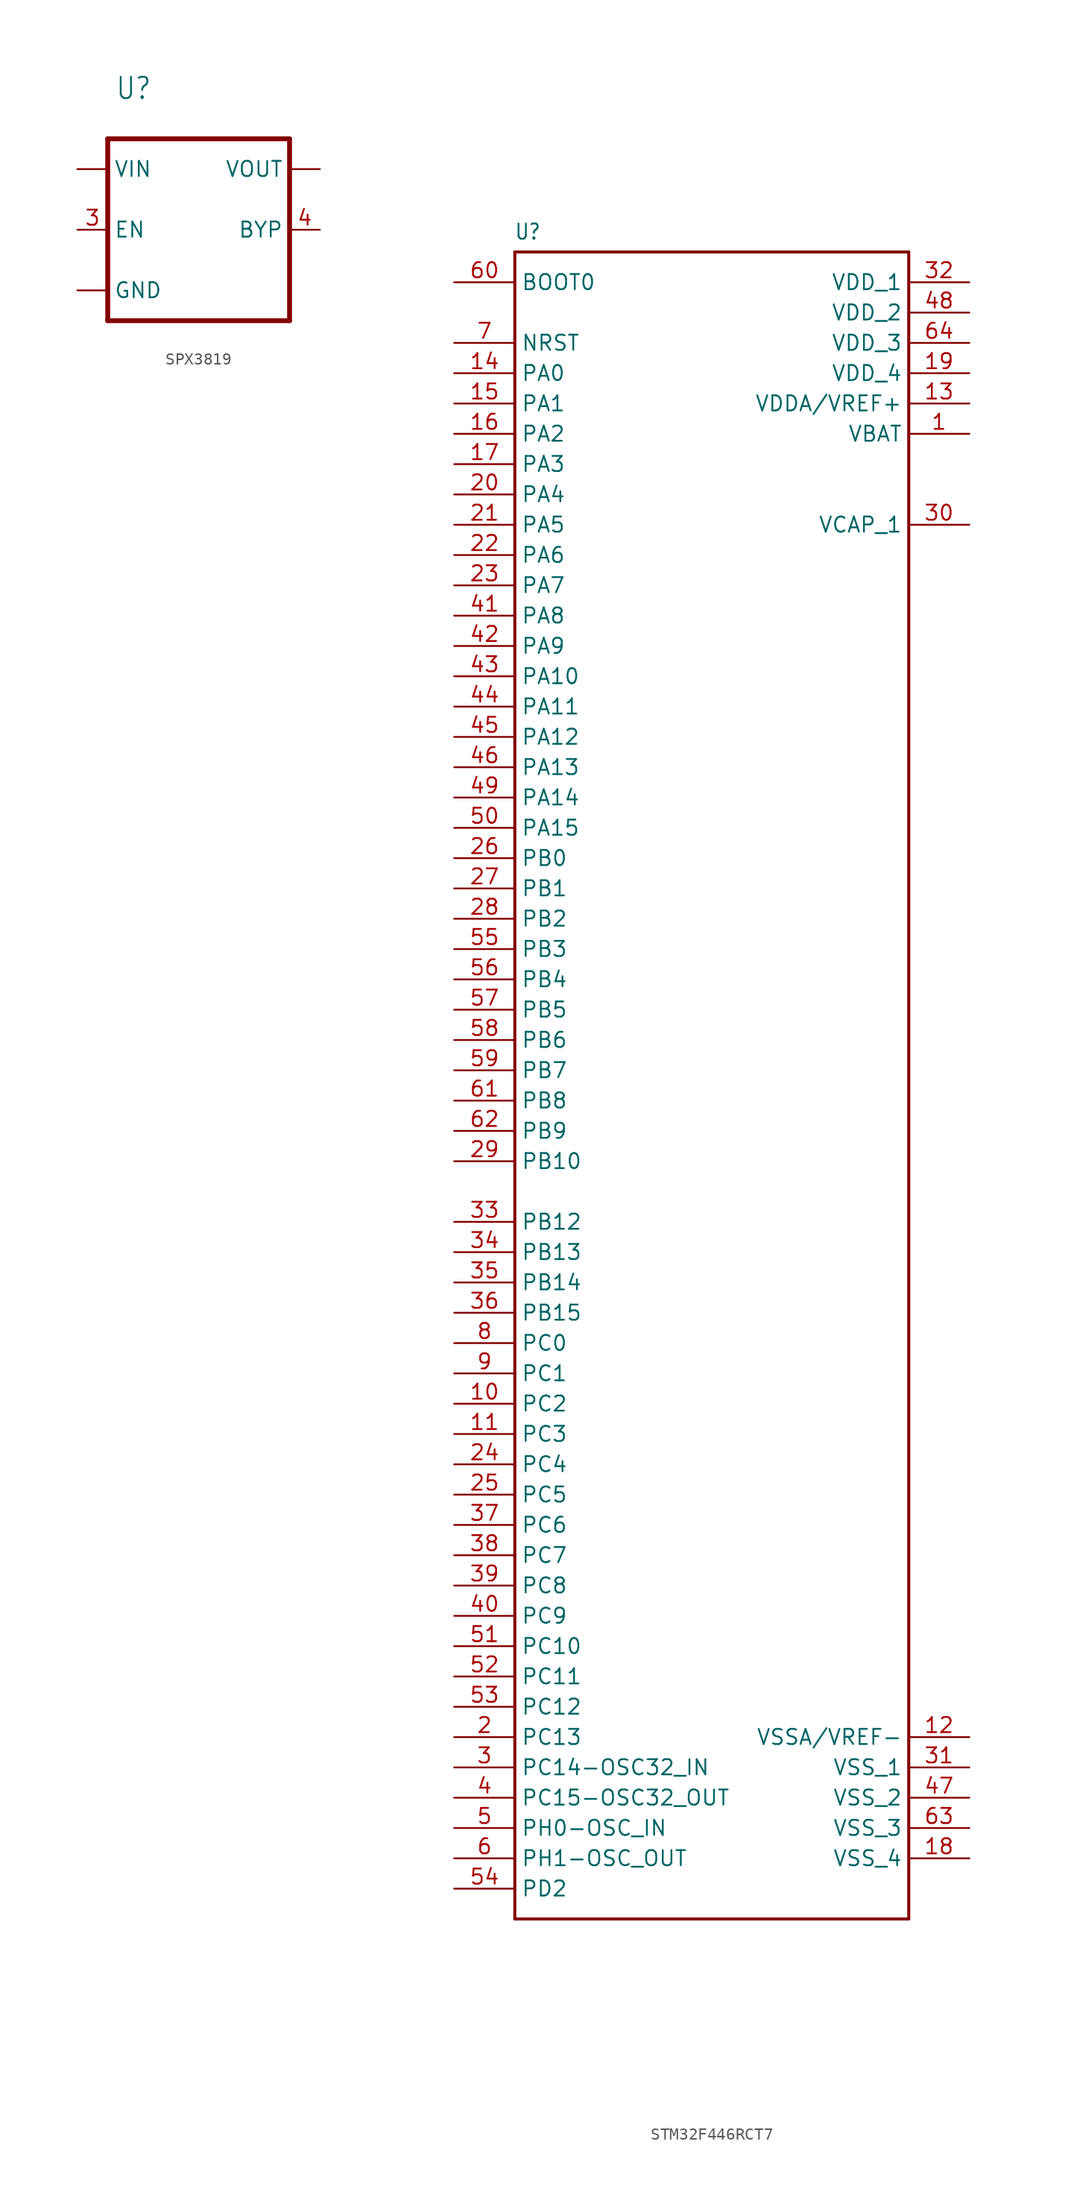
<source format=kicad_sym>
(kicad_symbol_lib
  (version 20220914)
  (generator kicad_symbol_editor)
  (symbol "SPX3819"
    (property "Reference" "U"
      (at -4.452 5.726 0)
      (effects (font (size 1.781 1.514)) (justify left bottom)))
    (property "Value" ""
      (at -4.452 3.182 0)
      (effects (font (size 1.781 1.514)) (justify left bottom)))
    (property "ki_locked" ""
      (at 0 0 0)
      (effects (font (size 1.27 1.27))))
    (symbol "SPX3819_1_0"
      (polyline (pts (xy -5.08 -12.7) (xy 10.16 -12.7)) (stroke (width 0.406) (type solid)) (fill (type none)))
      (polyline (pts (xy -5.08 2.54) (xy -5.08 -12.7)) (stroke (width 0.406) (type solid)) (fill (type none)))
      (polyline (pts (xy 10.16 -12.7) (xy 10.16 2.54)) (stroke (width 0.406) (type solid)) (fill (type none)))
      (polyline (pts (xy 10.16 2.54) (xy -5.08 2.54)) (stroke (width 0.406) (type solid)) (fill (type none)))
      (pin input line (at -7.62 0 0) (length 2.54) (name "VIN" (effects (font (size 1.27 1.27)))) (number "1" (effects (font (size 0 0)))))
      (pin input line (at -7.62 -10.16 0) (length 2.54) (name "GND" (effects (font (size 1.27 1.27)))) (number "2" (effects (font (size 0 0)))))
      (pin bidirectional line (at -7.62 -5.08 0) (length 2.54) (name "EN" (effects (font (size 1.27 1.27)))) (number "3" (effects (font (size 1.27 1.27)))))
      (pin bidirectional line (at 12.7 -5.08 180) (length 2.54) (name "BYP" (effects (font (size 1.27 1.27)))) (number "4" (effects (font (size 1.27 1.27)))))
      (pin output line (at 12.7 0 180) (length 2.54) (name "VOUT" (effects (font (size 1.27 1.27)))) (number "5" (effects (font (size 0 0)))))))
  (symbol "STM32F446RCT7"
    (property "Reference" "U"
      (at -17.829 66.988 0)
      (effects (font (size 1.274 1.082)) (justify left bottom)))
    (property "Value" ""
      (at -17.584 -76.197 0)
      (effects (font (size 1.274 1.083)) (justify left bottom)))
    (property "ki_locked" ""
      (at 0 0 0)
      (effects (font (size 1.27 1.27))))
    (symbol "STM32F446RCT7_1_0"
      (polyline (pts (xy -17.78 -73.66) (xy 15.24 -73.66)) (stroke (width 0.254) (type solid)) (fill (type none)))
      (polyline (pts (xy -17.78 66.04) (xy -17.78 -73.66)) (stroke (width 0.254) (type solid)) (fill (type none)))
      (polyline (pts (xy 15.24 -73.66) (xy 15.24 66.04)) (stroke (width 0.254) (type solid)) (fill (type none)))
      (polyline (pts (xy 15.24 66.04) (xy -17.78 66.04)) (stroke (width 0.254) (type solid)) (fill (type none)))
      (pin power_in line (at 20.32 50.8 180) (length 5.08) (name "VBAT" (effects (font (size 1.27 1.27)))) (number "1" (effects (font (size 1.27 1.27)))))
      (pin bidirectional line (at -22.86 -30.48 0) (length 5.08) (name "PC2" (effects (font (size 1.27 1.27)))) (number "10" (effects (font (size 1.27 1.27)))))
      (pin bidirectional line (at -22.86 -33.02 0) (length 5.08) (name "PC3" (effects (font (size 1.27 1.27)))) (number "11" (effects (font (size 1.27 1.27)))))
      (pin power_in line (at 20.32 -58.42 180) (length 5.08) (name "VSSA/VREF-" (effects (font (size 1.27 1.27)))) (number "12" (effects (font (size 1.27 1.27)))))
      (pin power_in line (at 20.32 53.34 180) (length 5.08) (name "VDDA/VREF+" (effects (font (size 1.27 1.27)))) (number "13" (effects (font (size 1.27 1.27)))))
      (pin bidirectional line (at -22.86 55.88 0) (length 5.08) (name "PA0" (effects (font (size 1.27 1.27)))) (number "14" (effects (font (size 1.27 1.27)))))
      (pin bidirectional line (at -22.86 53.34 0) (length 5.08) (name "PA1" (effects (font (size 1.27 1.27)))) (number "15" (effects (font (size 1.27 1.27)))))
      (pin bidirectional line (at -22.86 50.8 0) (length 5.08) (name "PA2" (effects (font (size 1.27 1.27)))) (number "16" (effects (font (size 1.27 1.27)))))
      (pin bidirectional line (at -22.86 48.26 0) (length 5.08) (name "PA3" (effects (font (size 1.27 1.27)))) (number "17" (effects (font (size 1.27 1.27)))))
      (pin power_in line (at 20.32 -68.58 180) (length 5.08) (name "VSS_4" (effects (font (size 1.27 1.27)))) (number "18" (effects (font (size 1.27 1.27)))))
      (pin power_in line (at 20.32 55.88 180) (length 5.08) (name "VDD_4" (effects (font (size 1.27 1.27)))) (number "19" (effects (font (size 1.27 1.27)))))
      (pin bidirectional line (at -22.86 -58.42 0) (length 5.08) (name "PC13" (effects (font (size 1.27 1.27)))) (number "2" (effects (font (size 1.27 1.27)))))
      (pin bidirectional line (at -22.86 45.72 0) (length 5.08) (name "PA4" (effects (font (size 1.27 1.27)))) (number "20" (effects (font (size 1.27 1.27)))))
      (pin bidirectional line (at -22.86 43.18 0) (length 5.08) (name "PA5" (effects (font (size 1.27 1.27)))) (number "21" (effects (font (size 1.27 1.27)))))
      (pin bidirectional line (at -22.86 40.64 0) (length 5.08) (name "PA6" (effects (font (size 1.27 1.27)))) (number "22" (effects (font (size 1.27 1.27)))))
      (pin bidirectional line (at -22.86 38.1 0) (length 5.08) (name "PA7" (effects (font (size 1.27 1.27)))) (number "23" (effects (font (size 1.27 1.27)))))
      (pin bidirectional line (at -22.86 -35.56 0) (length 5.08) (name "PC4" (effects (font (size 1.27 1.27)))) (number "24" (effects (font (size 1.27 1.27)))))
      (pin bidirectional line (at -22.86 -38.1 0) (length 5.08) (name "PC5" (effects (font (size 1.27 1.27)))) (number "25" (effects (font (size 1.27 1.27)))))
      (pin bidirectional line (at -22.86 15.24 0) (length 5.08) (name "PB0" (effects (font (size 1.27 1.27)))) (number "26" (effects (font (size 1.27 1.27)))))
      (pin bidirectional line (at -22.86 12.7 0) (length 5.08) (name "PB1" (effects (font (size 1.27 1.27)))) (number "27" (effects (font (size 1.27 1.27)))))
      (pin bidirectional line (at -22.86 10.16 0) (length 5.08) (name "PB2" (effects (font (size 1.27 1.27)))) (number "28" (effects (font (size 1.27 1.27)))))
      (pin bidirectional line (at -22.86 -10.16 0) (length 5.08) (name "PB10" (effects (font (size 1.27 1.27)))) (number "29" (effects (font (size 1.27 1.27)))))
      (pin bidirectional line (at -22.86 -60.96 0) (length 5.08) (name "PC14-OSC32_IN" (effects (font (size 1.27 1.27)))) (number "3" (effects (font (size 1.27 1.27)))))
      (pin power_in line (at 20.32 43.18 180) (length 5.08) (name "VCAP_1" (effects (font (size 1.27 1.27)))) (number "30" (effects (font (size 1.27 1.27)))))
      (pin power_in line (at 20.32 -60.96 180) (length 5.08) (name "VSS_1" (effects (font (size 1.27 1.27)))) (number "31" (effects (font (size 1.27 1.27)))))
      (pin power_in line (at 20.32 63.5 180) (length 5.08) (name "VDD_1" (effects (font (size 1.27 1.27)))) (number "32" (effects (font (size 1.27 1.27)))))
      (pin bidirectional line (at -22.86 -15.24 0) (length 5.08) (name "PB12" (effects (font (size 1.27 1.27)))) (number "33" (effects (font (size 1.27 1.27)))))
      (pin bidirectional line (at -22.86 -17.78 0) (length 5.08) (name "PB13" (effects (font (size 1.27 1.27)))) (number "34" (effects (font (size 1.27 1.27)))))
      (pin bidirectional line (at -22.86 -20.32 0) (length 5.08) (name "PB14" (effects (font (size 1.27 1.27)))) (number "35" (effects (font (size 1.27 1.27)))))
      (pin bidirectional line (at -22.86 -22.86 0) (length 5.08) (name "PB15" (effects (font (size 1.27 1.27)))) (number "36" (effects (font (size 1.27 1.27)))))
      (pin bidirectional line (at -22.86 -40.64 0) (length 5.08) (name "PC6" (effects (font (size 1.27 1.27)))) (number "37" (effects (font (size 1.27 1.27)))))
      (pin bidirectional line (at -22.86 -43.18 0) (length 5.08) (name "PC7" (effects (font (size 1.27 1.27)))) (number "38" (effects (font (size 1.27 1.27)))))
      (pin bidirectional line (at -22.86 -45.72 0) (length 5.08) (name "PC8" (effects (font (size 1.27 1.27)))) (number "39" (effects (font (size 1.27 1.27)))))
      (pin bidirectional line (at -22.86 -63.5 0) (length 5.08) (name "PC15-OSC32_OUT" (effects (font (size 1.27 1.27)))) (number "4" (effects (font (size 1.27 1.27)))))
      (pin bidirectional line (at -22.86 -48.26 0) (length 5.08) (name "PC9" (effects (font (size 1.27 1.27)))) (number "40" (effects (font (size 1.27 1.27)))))
      (pin bidirectional line (at -22.86 35.56 0) (length 5.08) (name "PA8" (effects (font (size 1.27 1.27)))) (number "41" (effects (font (size 1.27 1.27)))))
      (pin bidirectional line (at -22.86 33.02 0) (length 5.08) (name "PA9" (effects (font (size 1.27 1.27)))) (number "42" (effects (font (size 1.27 1.27)))))
      (pin bidirectional line (at -22.86 30.48 0) (length 5.08) (name "PA10" (effects (font (size 1.27 1.27)))) (number "43" (effects (font (size 1.27 1.27)))))
      (pin bidirectional line (at -22.86 27.94 0) (length 5.08) (name "PA11" (effects (font (size 1.27 1.27)))) (number "44" (effects (font (size 1.27 1.27)))))
      (pin bidirectional line (at -22.86 25.4 0) (length 5.08) (name "PA12" (effects (font (size 1.27 1.27)))) (number "45" (effects (font (size 1.27 1.27)))))
      (pin bidirectional line (at -22.86 22.86 0) (length 5.08) (name "PA13" (effects (font (size 1.27 1.27)))) (number "46" (effects (font (size 1.27 1.27)))))
      (pin power_in line (at 20.32 -63.5 180) (length 5.08) (name "VSS_2" (effects (font (size 1.27 1.27)))) (number "47" (effects (font (size 1.27 1.27)))))
      (pin power_in line (at 20.32 60.96 180) (length 5.08) (name "VDD_2" (effects (font (size 1.27 1.27)))) (number "48" (effects (font (size 1.27 1.27)))))
      (pin bidirectional line (at -22.86 20.32 0) (length 5.08) (name "PA14" (effects (font (size 1.27 1.27)))) (number "49" (effects (font (size 1.27 1.27)))))
      (pin bidirectional line (at -22.86 -66.04 0) (length 5.08) (name "PH0-OSC_IN" (effects (font (size 1.27 1.27)))) (number "5" (effects (font (size 1.27 1.27)))))
      (pin bidirectional line (at -22.86 17.78 0) (length 5.08) (name "PA15" (effects (font (size 1.27 1.27)))) (number "50" (effects (font (size 1.27 1.27)))))
      (pin bidirectional line (at -22.86 -50.8 0) (length 5.08) (name "PC10" (effects (font (size 1.27 1.27)))) (number "51" (effects (font (size 1.27 1.27)))))
      (pin bidirectional line (at -22.86 -53.34 0) (length 5.08) (name "PC11" (effects (font (size 1.27 1.27)))) (number "52" (effects (font (size 1.27 1.27)))))
      (pin bidirectional line (at -22.86 -55.88 0) (length 5.08) (name "PC12" (effects (font (size 1.27 1.27)))) (number "53" (effects (font (size 1.27 1.27)))))
      (pin bidirectional line (at -22.86 -71.12 0) (length 5.08) (name "PD2" (effects (font (size 1.27 1.27)))) (number "54" (effects (font (size 1.27 1.27)))))
      (pin bidirectional line (at -22.86 7.62 0) (length 5.08) (name "PB3" (effects (font (size 1.27 1.27)))) (number "55" (effects (font (size 1.27 1.27)))))
      (pin bidirectional line (at -22.86 5.08 0) (length 5.08) (name "PB4" (effects (font (size 1.27 1.27)))) (number "56" (effects (font (size 1.27 1.27)))))
      (pin bidirectional line (at -22.86 2.54 0) (length 5.08) (name "PB5" (effects (font (size 1.27 1.27)))) (number "57" (effects (font (size 1.27 1.27)))))
      (pin bidirectional line (at -22.86 0 0) (length 5.08) (name "PB6" (effects (font (size 1.27 1.27)))) (number "58" (effects (font (size 1.27 1.27)))))
      (pin bidirectional line (at -22.86 -2.54 0) (length 5.08) (name "PB7" (effects (font (size 1.27 1.27)))) (number "59" (effects (font (size 1.27 1.27)))))
      (pin bidirectional line (at -22.86 -68.58 0) (length 5.08) (name "PH1-OSC_OUT" (effects (font (size 1.27 1.27)))) (number "6" (effects (font (size 1.27 1.27)))))
      (pin input line (at -22.86 63.5 0) (length 5.08) (name "BOOT0" (effects (font (size 1.27 1.27)))) (number "60" (effects (font (size 1.27 1.27)))))
      (pin bidirectional line (at -22.86 -5.08 0) (length 5.08) (name "PB8" (effects (font (size 1.27 1.27)))) (number "61" (effects (font (size 1.27 1.27)))))
      (pin bidirectional line (at -22.86 -7.62 0) (length 5.08) (name "PB9" (effects (font (size 1.27 1.27)))) (number "62" (effects (font (size 1.27 1.27)))))
      (pin power_in line (at 20.32 -66.04 180) (length 5.08) (name "VSS_3" (effects (font (size 1.27 1.27)))) (number "63" (effects (font (size 1.27 1.27)))))
      (pin power_in line (at 20.32 58.42 180) (length 5.08) (name "VDD_3" (effects (font (size 1.27 1.27)))) (number "64" (effects (font (size 1.27 1.27)))))
      (pin bidirectional line (at -22.86 58.42 0) (length 5.08) (name "NRST" (effects (font (size 1.27 1.27)))) (number "7" (effects (font (size 1.27 1.27)))))
      (pin bidirectional line (at -22.86 -25.4 0) (length 5.08) (name "PC0" (effects (font (size 1.27 1.27)))) (number "8" (effects (font (size 1.27 1.27)))))
      (pin bidirectional line (at -22.86 -27.94 0) (length 5.08) (name "PC1" (effects (font (size 1.27 1.27)))) (number "9" (effects (font (size 1.27 1.27))))))))
</source>
